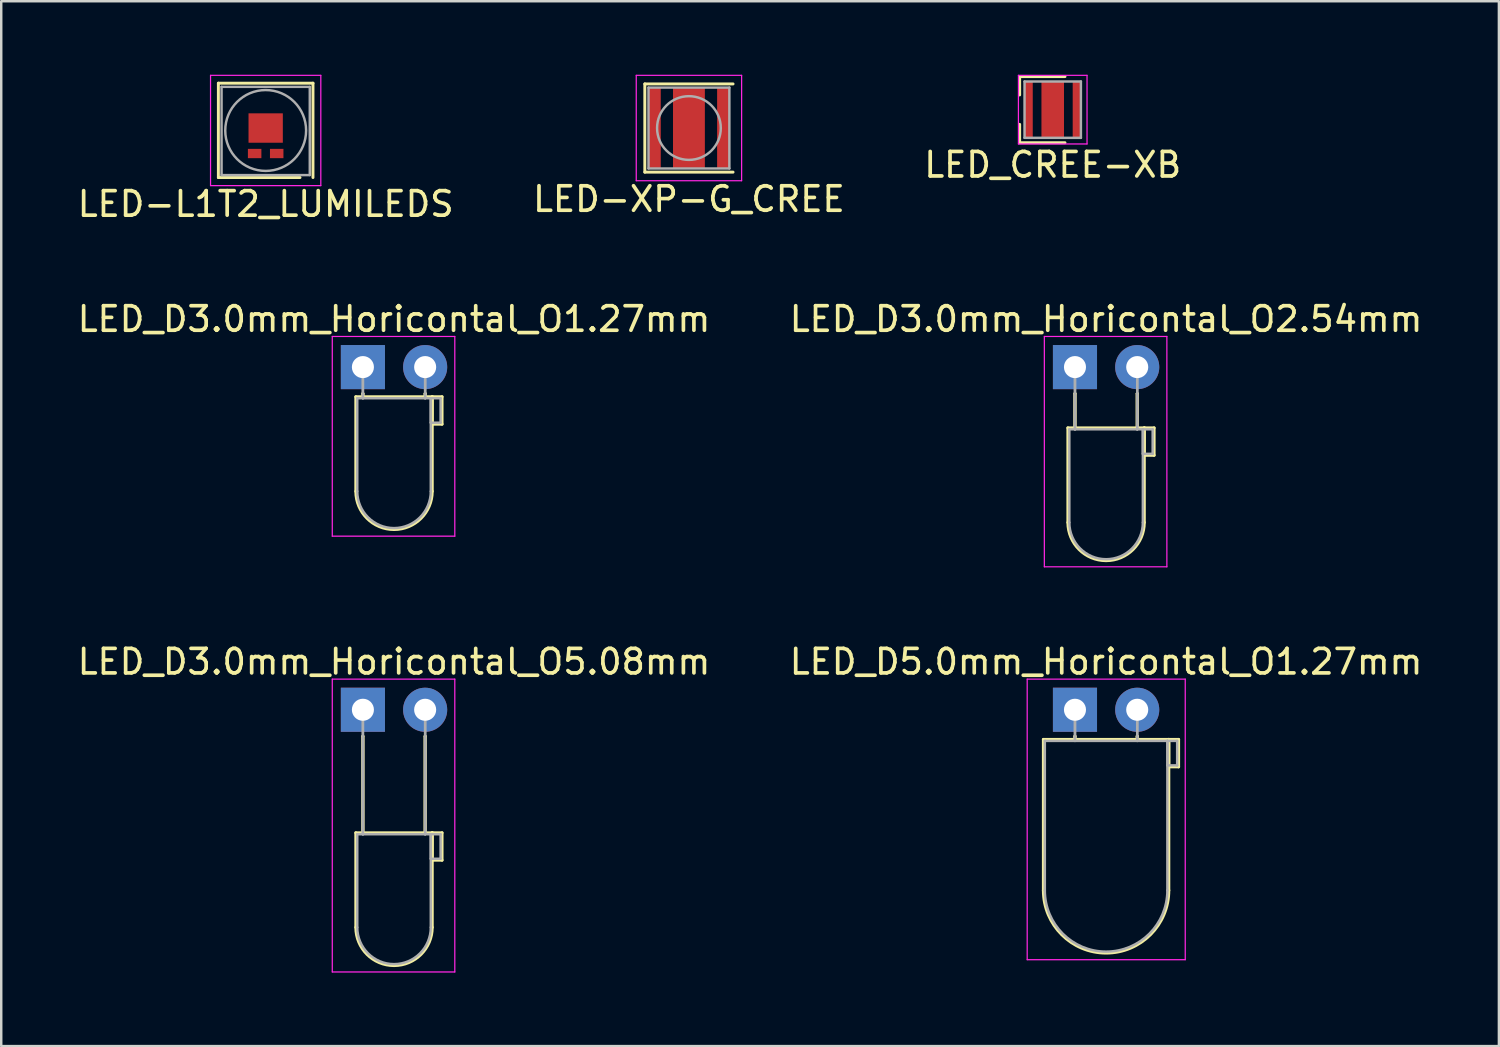
<source format=kicad_pcb>
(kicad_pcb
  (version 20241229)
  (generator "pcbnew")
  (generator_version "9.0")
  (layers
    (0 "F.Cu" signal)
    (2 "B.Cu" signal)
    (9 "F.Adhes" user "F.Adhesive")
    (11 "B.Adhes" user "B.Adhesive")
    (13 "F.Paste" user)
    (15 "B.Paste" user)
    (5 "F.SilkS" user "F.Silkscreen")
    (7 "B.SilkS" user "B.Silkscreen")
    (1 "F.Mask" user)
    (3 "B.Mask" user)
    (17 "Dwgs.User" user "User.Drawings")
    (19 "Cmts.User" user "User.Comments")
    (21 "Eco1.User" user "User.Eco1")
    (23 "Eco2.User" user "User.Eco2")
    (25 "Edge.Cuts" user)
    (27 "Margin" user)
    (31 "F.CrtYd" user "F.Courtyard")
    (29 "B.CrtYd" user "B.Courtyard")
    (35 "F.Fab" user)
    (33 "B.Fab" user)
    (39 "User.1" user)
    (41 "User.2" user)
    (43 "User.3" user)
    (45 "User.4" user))
  (footprint "LED_D5.0mm_Horicontal_O1.27mm"
    (layer "F.Cu")
    (at 40.819 25.915)
    (property "Reference" "LED_D5.0mm_Horicontal_O1.27mm" (at 1.27 -1.96 0) (layer "F.SilkS") (effects (font (size 1 1) (thickness 0.15))))
    (attr through_hole)
    (fp_line (start -1.29 1.21) (end -1.29 7.37) (stroke (width 0.12) (type solid)) (layer "F.SilkS"))
    (fp_line (start -1.29 1.21) (end 3.83 1.21) (stroke (width 0.12) (type solid)) (layer "F.SilkS"))
    (fp_line (start 0 1.08) (end 0 1.08) (stroke (width 0.12) (type solid)) (layer "F.SilkS"))
    (fp_line (start 0 1.08) (end 0 1.21) (stroke (width 0.12) (type solid)) (layer "F.SilkS"))
    (fp_line (start 0 1.21) (end 0 1.08) (stroke (width 0.12) (type solid)) (layer "F.SilkS"))
    (fp_line (start 0 1.21) (end 0 1.21) (stroke (width 0.12) (type solid)) (layer "F.SilkS"))
    (fp_line (start 2.54 1.08) (end 2.54 1.08) (stroke (width 0.12) (type solid)) (layer "F.SilkS"))
    (fp_line (start 2.54 1.08) (end 2.54 1.21) (stroke (width 0.12) (type solid)) (layer "F.SilkS"))
    (fp_line (start 2.54 1.21) (end 2.54 1.08) (stroke (width 0.12) (type solid)) (layer "F.SilkS"))
    (fp_line (start 2.54 1.21) (end 2.54 1.21) (stroke (width 0.12) (type solid)) (layer "F.SilkS"))
    (fp_line (start 3.83 1.21) (end 3.83 7.37) (stroke (width 0.12) (type solid)) (layer "F.SilkS"))
    (fp_line (start 3.83 1.21) (end 4.23 1.21) (stroke (width 0.12) (type solid)) (layer "F.SilkS"))
    (fp_line (start 3.83 2.33) (end 3.83 1.21) (stroke (width 0.12) (type solid)) (layer "F.SilkS"))
    (fp_line (start 4.23 1.21) (end 4.23 2.33) (stroke (width 0.12) (type solid)) (layer "F.SilkS"))
    (fp_line (start 4.23 2.33) (end 3.83 2.33) (stroke (width 0.12) (type solid)) (layer "F.SilkS"))
    (fp_arc (start 3.83 7.37) (mid 1.27 9.93) (end -1.29 7.37) (stroke (width 0.12) (type solid)) (layer "F.SilkS"))
    (fp_line (start -1.95 -1.25) (end -1.95 10.2) (stroke (width 0.05) (type solid)) (layer "F.CrtYd"))
    (fp_line (start -1.95 10.2) (end 4.5 10.2) (stroke (width 0.05) (type solid)) (layer "F.CrtYd"))
    (fp_line (start 4.5 -1.25) (end -1.95 -1.25) (stroke (width 0.05) (type solid)) (layer "F.CrtYd"))
    (fp_line (start 4.5 10.2) (end 4.5 -1.25) (stroke (width 0.05) (type solid)) (layer "F.CrtYd"))
    (fp_line (start -1.23 1.27) (end -1.23 7.37) (stroke (width 0.1) (type solid)) (layer "F.Fab"))
    (fp_line (start -1.23 1.27) (end 3.77 1.27) (stroke (width 0.1) (type solid)) (layer "F.Fab"))
    (fp_line (start 0 0) (end 0 0) (stroke (width 0.1) (type solid)) (layer "F.Fab"))
    (fp_line (start 0 0) (end 0 1.27) (stroke (width 0.1) (type solid)) (layer "F.Fab"))
    (fp_line (start 0 1.27) (end 0 0) (stroke (width 0.1) (type solid)) (layer "F.Fab"))
    (fp_line (start 0 1.27) (end 0 1.27) (stroke (width 0.1) (type solid)) (layer "F.Fab"))
    (fp_line (start 2.54 0) (end 2.54 0) (stroke (width 0.1) (type solid)) (layer "F.Fab"))
    (fp_line (start 2.54 0) (end 2.54 1.27) (stroke (width 0.1) (type solid)) (layer "F.Fab"))
    (fp_line (start 2.54 1.27) (end 2.54 0) (stroke (width 0.1) (type solid)) (layer "F.Fab"))
    (fp_line (start 2.54 1.27) (end 2.54 1.27) (stroke (width 0.1) (type solid)) (layer "F.Fab"))
    (fp_line (start 3.77 1.27) (end 3.77 7.37) (stroke (width 0.1) (type solid)) (layer "F.Fab"))
    (fp_line (start 3.77 1.27) (end 4.17 1.27) (stroke (width 0.1) (type solid)) (layer "F.Fab"))
    (fp_line (start 3.77 2.27) (end 3.77 1.27) (stroke (width 0.1) (type solid)) (layer "F.Fab"))
    (fp_line (start 4.17 1.27) (end 4.17 2.27) (stroke (width 0.1) (type solid)) (layer "F.Fab"))
    (fp_line (start 4.17 2.27) (end 3.77 2.27) (stroke (width 0.1) (type solid)) (layer "F.Fab"))
    (fp_arc (start 3.77 7.37) (mid 1.27 9.87) (end -1.23 7.37) (stroke (width 0.1) (type solid)) (layer "F.Fab"))
    (pad "1" thru_hole rect (at 0 0) (size 1.8 1.8) (drill 0.9) (layers "*.Cu" "*.Mask"))
    (pad "2" thru_hole circle (at 2.54 0) (size 1.8 1.8) (drill 0.9) (layers "*.Cu" "*.Mask")))
  (footprint "LED_D3.0mm_Horicontal_O1.27mm"
    (layer "F.Cu")
    (at 11.76 11.931)
    (property "Reference" "LED_D3.0mm_Horicontal_O1.27mm" (at 1.27 -1.96 0) (layer "F.SilkS") (effects (font (size 1 1) (thickness 0.15))))
    (attr through_hole)
    (fp_line (start -0.29 1.21) (end -0.29 5.07) (stroke (width 0.12) (type solid)) (layer "F.SilkS"))
    (fp_line (start -0.29 1.21) (end 2.83 1.21) (stroke (width 0.12) (type solid)) (layer "F.SilkS"))
    (fp_line (start 0 1.08) (end 0 1.08) (stroke (width 0.12) (type solid)) (layer "F.SilkS"))
    (fp_line (start 0 1.08) (end 0 1.21) (stroke (width 0.12) (type solid)) (layer "F.SilkS"))
    (fp_line (start 0 1.21) (end 0 1.08) (stroke (width 0.12) (type solid)) (layer "F.SilkS"))
    (fp_line (start 0 1.21) (end 0 1.21) (stroke (width 0.12) (type solid)) (layer "F.SilkS"))
    (fp_line (start 2.54 1.08) (end 2.54 1.08) (stroke (width 0.12) (type solid)) (layer "F.SilkS"))
    (fp_line (start 2.54 1.08) (end 2.54 1.21) (stroke (width 0.12) (type solid)) (layer "F.SilkS"))
    (fp_line (start 2.54 1.21) (end 2.54 1.08) (stroke (width 0.12) (type solid)) (layer "F.SilkS"))
    (fp_line (start 2.54 1.21) (end 2.54 1.21) (stroke (width 0.12) (type solid)) (layer "F.SilkS"))
    (fp_line (start 2.83 1.21) (end 2.83 5.07) (stroke (width 0.12) (type solid)) (layer "F.SilkS"))
    (fp_line (start 2.83 1.21) (end 3.23 1.21) (stroke (width 0.12) (type solid)) (layer "F.SilkS"))
    (fp_line (start 2.83 2.33) (end 2.83 1.21) (stroke (width 0.12) (type solid)) (layer "F.SilkS"))
    (fp_line (start 3.23 1.21) (end 3.23 2.33) (stroke (width 0.12) (type solid)) (layer "F.SilkS"))
    (fp_line (start 3.23 2.33) (end 2.83 2.33) (stroke (width 0.12) (type solid)) (layer "F.SilkS"))
    (fp_arc (start 2.83 5.07) (mid 1.27 6.63) (end -0.29 5.07) (stroke (width 0.12) (type solid)) (layer "F.SilkS"))
    (fp_line (start -1.25 -1.25) (end -1.25 6.9) (stroke (width 0.05) (type solid)) (layer "F.CrtYd"))
    (fp_line (start -1.25 6.9) (end 3.75 6.9) (stroke (width 0.05) (type solid)) (layer "F.CrtYd"))
    (fp_line (start 3.75 -1.25) (end -1.25 -1.25) (stroke (width 0.05) (type solid)) (layer "F.CrtYd"))
    (fp_line (start 3.75 6.9) (end 3.75 -1.25) (stroke (width 0.05) (type solid)) (layer "F.CrtYd"))
    (fp_line (start -0.23 1.27) (end -0.23 5.07) (stroke (width 0.1) (type solid)) (layer "F.Fab"))
    (fp_line (start -0.23 1.27) (end 2.77 1.27) (stroke (width 0.1) (type solid)) (layer "F.Fab"))
    (fp_line (start 0 0) (end 0 0) (stroke (width 0.1) (type solid)) (layer "F.Fab"))
    (fp_line (start 0 0) (end 0 1.27) (stroke (width 0.1) (type solid)) (layer "F.Fab"))
    (fp_line (start 0 1.27) (end 0 0) (stroke (width 0.1) (type solid)) (layer "F.Fab"))
    (fp_line (start 0 1.27) (end 0 1.27) (stroke (width 0.1) (type solid)) (layer "F.Fab"))
    (fp_line (start 2.54 0) (end 2.54 0) (stroke (width 0.1) (type solid)) (layer "F.Fab"))
    (fp_line (start 2.54 0) (end 2.54 1.27) (stroke (width 0.1) (type solid)) (layer "F.Fab"))
    (fp_line (start 2.54 1.27) (end 2.54 0) (stroke (width 0.1) (type solid)) (layer "F.Fab"))
    (fp_line (start 2.54 1.27) (end 2.54 1.27) (stroke (width 0.1) (type solid)) (layer "F.Fab"))
    (fp_line (start 2.77 1.27) (end 2.77 5.07) (stroke (width 0.1) (type solid)) (layer "F.Fab"))
    (fp_line (start 2.77 1.27) (end 3.17 1.27) (stroke (width 0.1) (type solid)) (layer "F.Fab"))
    (fp_line (start 2.77 2.27) (end 2.77 1.27) (stroke (width 0.1) (type solid)) (layer "F.Fab"))
    (fp_line (start 3.17 1.27) (end 3.17 2.27) (stroke (width 0.1) (type solid)) (layer "F.Fab"))
    (fp_line (start 3.17 2.27) (end 2.77 2.27) (stroke (width 0.1) (type solid)) (layer "F.Fab"))
    (fp_arc (start 2.77 5.07) (mid 1.27 6.57) (end -0.23 5.07) (stroke (width 0.1) (type solid)) (layer "F.Fab"))
    (pad "1" thru_hole rect (at 0 0) (size 1.8 1.8) (drill 0.9) (layers "*.Cu" "*.Mask"))
    (pad "2" thru_hole circle (at 2.54 0) (size 1.8 1.8) (drill 0.9) (layers "*.Cu" "*.Mask")))
  (footprint "LED_CREE-XB"
    (layer "F.Cu")
    (at 39.911 1.425)
    (property "Reference" "LED_CREE-XB" (at 0 2.25 0) (layer "F.SilkS") (effects (font (size 1 1) (thickness 0.15))))
    (attr smd)
    (fp_line (start -1.35 -1.35) (end -1.35 -0.6) (stroke (width 0.12) (type solid)) (layer "F.SilkS"))
    (fp_line (start -1.35 1.35) (end -1.35 0.6) (stroke (width 0.12) (type solid)) (layer "F.SilkS"))
    (fp_line (start 0.5 -1.35) (end -1.35 -1.35) (stroke (width 0.12) (type solid)) (layer "F.SilkS"))
    (fp_line (start 0.5 1.35) (end -1.35 1.35) (stroke (width 0.12) (type solid)) (layer "F.SilkS"))
    (fp_line (start -1.4 -1.4) (end 1.4 -1.4) (stroke (width 0.05) (type solid)) (layer "F.CrtYd"))
    (fp_line (start -1.4 1.4) (end -1.4 -1.4) (stroke (width 0.05) (type solid)) (layer "F.CrtYd"))
    (fp_line (start 1.4 -1.4) (end 1.4 1.4) (stroke (width 0.05) (type solid)) (layer "F.CrtYd"))
    (fp_line (start 1.4 1.4) (end -1.4 1.4) (stroke (width 0.05) (type solid)) (layer "F.CrtYd"))
    (fp_line (start -1.15 -1.15) (end 1.15 -1.15) (stroke (width 0.1) (type solid)) (layer "F.Fab"))
    (fp_line (start -1.15 1.15) (end -1.15 -1.15) (stroke (width 0.1) (type solid)) (layer "F.Fab"))
    (fp_line (start 1.15 -1.15) (end 1.15 1.15) (stroke (width 0.1) (type solid)) (layer "F.Fab"))
    (fp_line (start 1.15 1.15) (end -1.15 1.15) (stroke (width 0.1) (type solid)) (layer "F.Fab"))
    (pad "1" smd rect (at -0.98 0) (size 0.33 2.29) (layers "F.Cu" "F.Mask" "F.Paste"))
    (pad "2" smd rect (at 0.98 0) (size 0.33 2.29) (layers "F.Cu" "F.Mask" "F.Paste"))
    (pad "3" smd rect (at 0 -0.55) (size 0.85 0.85) (layers "F.Cu" "F.Mask" "F.Paste"))
    (pad "3" smd rect (at 0 0) (size 0.92 2.29) (layers "F.Cu" "F.Mask"))
    (pad "3" smd rect (at 0 0.55) (size 0.85 0.85) (layers "F.Cu" "F.Mask" "F.Paste")))
  (footprint "LED-L1T2_LUMILEDS"
    (layer "F.Cu")
    (at 7.792 2.695)
    (property "Reference" "LED-L1T2_LUMILEDS" (at 0 2.58 0) (layer "F.SilkS") (effects (font (size 1 1) (thickness 0.15))))
    (attr smd)
    (fp_line (start -1.93 -2.35) (end 1.93 -2.35) (stroke (width 0.12) (type solid)) (layer "F.SilkS"))
    (fp_line (start -1.93 1.5) (end -1.93 -2.35) (stroke (width 0.12) (type solid)) (layer "F.SilkS"))
    (fp_line (start 1.4 1.5) (end -1.93 1.5) (stroke (width 0.12) (type solid)) (layer "F.SilkS"))
    (fp_line (start 1.93 -2.35) (end 1.93 1.5) (stroke (width 0.12) (type solid)) (layer "F.SilkS"))
    (fp_line (start -2.25 -2.67) (end 2.25 -2.67) (stroke (width 0.05) (type solid)) (layer "F.CrtYd"))
    (fp_line (start -2.25 1.83) (end -2.25 -2.67) (stroke (width 0.05) (type solid)) (layer "F.CrtYd"))
    (fp_line (start 2.25 -2.67) (end 2.25 1.83) (stroke (width 0.05) (type solid)) (layer "F.CrtYd"))
    (fp_line (start 2.25 1.83) (end -2.25 1.83) (stroke (width 0.05) (type solid)) (layer "F.CrtYd"))
    (fp_line (start -1.8 -2.2) (end -1.8 1.4) (stroke (width 0.1) (type solid)) (layer "F.Fab"))
    (fp_line (start -1.8 -2.2) (end 1.8 -2.2) (stroke (width 0.1) (type solid)) (layer "F.Fab"))
    (fp_line (start -1.8 1.4) (end 1.8 1.4) (stroke (width 0.1) (type solid)) (layer "F.Fab"))
    (fp_line (start 1.8 1.4) (end 1.8 -2.2) (stroke (width 0.1) (type solid)) (layer "F.Fab"))
    (fp_circle (center 0 -0.42) (end 0 -2.07) (stroke (width 0.1) (type solid)) (fill no) (layer "F.Fab"))
    (pad "1" smd rect (at 0.45 0.52) (size 0.55 0.38) (layers "F.Cu" "F.Mask" "F.Paste"))
    (pad "2" smd rect (at -0.45 0.52) (size 0.55 0.38) (layers "F.Cu" "F.Mask" "F.Paste"))
    (pad "3" smd rect (at 0 -0.52) (size 1.4 1.2) (layers "F.Cu" "F.Mask" "F.Paste")))
  (footprint "LED_D3.0mm_Horicontal_O2.54mm"
    (layer "F.Cu")
    (at 40.819 11.931)
    (property "Reference" "LED_D3.0mm_Horicontal_O2.54mm" (at 1.27 -1.96 0) (layer "F.SilkS") (effects (font (size 1 1) (thickness 0.15))))
    (attr through_hole)
    (fp_line (start -0.29 2.48) (end -0.29 6.34) (stroke (width 0.12) (type solid)) (layer "F.SilkS"))
    (fp_line (start -0.29 2.48) (end 2.83 2.48) (stroke (width 0.12) (type solid)) (layer "F.SilkS"))
    (fp_line (start 0 1.08) (end 0 1.08) (stroke (width 0.12) (type solid)) (layer "F.SilkS"))
    (fp_line (start 0 1.08) (end 0 2.48) (stroke (width 0.12) (type solid)) (layer "F.SilkS"))
    (fp_line (start 0 2.48) (end 0 1.08) (stroke (width 0.12) (type solid)) (layer "F.SilkS"))
    (fp_line (start 0 2.48) (end 0 2.48) (stroke (width 0.12) (type solid)) (layer "F.SilkS"))
    (fp_line (start 2.54 1.08) (end 2.54 1.08) (stroke (width 0.12) (type solid)) (layer "F.SilkS"))
    (fp_line (start 2.54 1.08) (end 2.54 2.48) (stroke (width 0.12) (type solid)) (layer "F.SilkS"))
    (fp_line (start 2.54 2.48) (end 2.54 1.08) (stroke (width 0.12) (type solid)) (layer "F.SilkS"))
    (fp_line (start 2.54 2.48) (end 2.54 2.48) (stroke (width 0.12) (type solid)) (layer "F.SilkS"))
    (fp_line (start 2.83 2.48) (end 2.83 6.34) (stroke (width 0.12) (type solid)) (layer "F.SilkS"))
    (fp_line (start 2.83 2.48) (end 3.23 2.48) (stroke (width 0.12) (type solid)) (layer "F.SilkS"))
    (fp_line (start 2.83 3.6) (end 2.83 2.48) (stroke (width 0.12) (type solid)) (layer "F.SilkS"))
    (fp_line (start 3.23 2.48) (end 3.23 3.6) (stroke (width 0.12) (type solid)) (layer "F.SilkS"))
    (fp_line (start 3.23 3.6) (end 2.83 3.6) (stroke (width 0.12) (type solid)) (layer "F.SilkS"))
    (fp_arc (start 2.83 6.34) (mid 1.27 7.9) (end -0.29 6.34) (stroke (width 0.12) (type solid)) (layer "F.SilkS"))
    (fp_line (start -1.25 -1.25) (end -1.25 8.15) (stroke (width 0.05) (type solid)) (layer "F.CrtYd"))
    (fp_line (start -1.25 8.15) (end 3.75 8.15) (stroke (width 0.05) (type solid)) (layer "F.CrtYd"))
    (fp_line (start 3.75 -1.25) (end -1.25 -1.25) (stroke (width 0.05) (type solid)) (layer "F.CrtYd"))
    (fp_line (start 3.75 8.15) (end 3.75 -1.25) (stroke (width 0.05) (type solid)) (layer "F.CrtYd"))
    (fp_line (start -0.23 2.54) (end -0.23 6.34) (stroke (width 0.1) (type solid)) (layer "F.Fab"))
    (fp_line (start -0.23 2.54) (end 2.77 2.54) (stroke (width 0.1) (type solid)) (layer "F.Fab"))
    (fp_line (start 0 0) (end 0 0) (stroke (width 0.1) (type solid)) (layer "F.Fab"))
    (fp_line (start 0 0) (end 0 2.54) (stroke (width 0.1) (type solid)) (layer "F.Fab"))
    (fp_line (start 0 2.54) (end 0 0) (stroke (width 0.1) (type solid)) (layer "F.Fab"))
    (fp_line (start 0 2.54) (end 0 2.54) (stroke (width 0.1) (type solid)) (layer "F.Fab"))
    (fp_line (start 2.54 0) (end 2.54 0) (stroke (width 0.1) (type solid)) (layer "F.Fab"))
    (fp_line (start 2.54 0) (end 2.54 2.54) (stroke (width 0.1) (type solid)) (layer "F.Fab"))
    (fp_line (start 2.54 2.54) (end 2.54 0) (stroke (width 0.1) (type solid)) (layer "F.Fab"))
    (fp_line (start 2.54 2.54) (end 2.54 2.54) (stroke (width 0.1) (type solid)) (layer "F.Fab"))
    (fp_line (start 2.77 2.54) (end 2.77 6.34) (stroke (width 0.1) (type solid)) (layer "F.Fab"))
    (fp_line (start 2.77 2.54) (end 3.17 2.54) (stroke (width 0.1) (type solid)) (layer "F.Fab"))
    (fp_line (start 2.77 3.54) (end 2.77 2.54) (stroke (width 0.1) (type solid)) (layer "F.Fab"))
    (fp_line (start 3.17 2.54) (end 3.17 3.54) (stroke (width 0.1) (type solid)) (layer "F.Fab"))
    (fp_line (start 3.17 3.54) (end 2.77 3.54) (stroke (width 0.1) (type solid)) (layer "F.Fab"))
    (fp_arc (start 2.77 6.34) (mid 1.27 7.84) (end -0.23 6.34) (stroke (width 0.1) (type solid)) (layer "F.Fab"))
    (pad "1" thru_hole rect (at 0 0) (size 1.8 1.8) (drill 0.9) (layers "*.Cu" "*.Mask"))
    (pad "2" thru_hole circle (at 2.54 0) (size 1.8 1.8) (drill 0.9) (layers "*.Cu" "*.Mask")))
  (footprint "LED_D3.0mm_Horicontal_O5.08mm"
    (layer "F.Cu")
    (at 11.76 25.915)
    (property "Reference" "LED_D3.0mm_Horicontal_O5.08mm" (at 1.27 -1.96 0) (layer "F.SilkS") (effects (font (size 1 1) (thickness 0.15))))
    (attr through_hole)
    (fp_line (start -0.29 5.02) (end -0.29 8.88) (stroke (width 0.12) (type solid)) (layer "F.SilkS"))
    (fp_line (start -0.29 5.02) (end 2.83 5.02) (stroke (width 0.12) (type solid)) (layer "F.SilkS"))
    (fp_line (start 0 1.08) (end 0 1.08) (stroke (width 0.12) (type solid)) (layer "F.SilkS"))
    (fp_line (start 0 1.08) (end 0 5.02) (stroke (width 0.12) (type solid)) (layer "F.SilkS"))
    (fp_line (start 0 5.02) (end 0 1.08) (stroke (width 0.12) (type solid)) (layer "F.SilkS"))
    (fp_line (start 0 5.02) (end 0 5.02) (stroke (width 0.12) (type solid)) (layer "F.SilkS"))
    (fp_line (start 2.54 1.08) (end 2.54 1.08) (stroke (width 0.12) (type solid)) (layer "F.SilkS"))
    (fp_line (start 2.54 1.08) (end 2.54 5.02) (stroke (width 0.12) (type solid)) (layer "F.SilkS"))
    (fp_line (start 2.54 5.02) (end 2.54 1.08) (stroke (width 0.12) (type solid)) (layer "F.SilkS"))
    (fp_line (start 2.54 5.02) (end 2.54 5.02) (stroke (width 0.12) (type solid)) (layer "F.SilkS"))
    (fp_line (start 2.83 5.02) (end 2.83 8.88) (stroke (width 0.12) (type solid)) (layer "F.SilkS"))
    (fp_line (start 2.83 5.02) (end 3.23 5.02) (stroke (width 0.12) (type solid)) (layer "F.SilkS"))
    (fp_line (start 2.83 6.14) (end 2.83 5.02) (stroke (width 0.12) (type solid)) (layer "F.SilkS"))
    (fp_line (start 3.23 5.02) (end 3.23 6.14) (stroke (width 0.12) (type solid)) (layer "F.SilkS"))
    (fp_line (start 3.23 6.14) (end 2.83 6.14) (stroke (width 0.12) (type solid)) (layer "F.SilkS"))
    (fp_arc (start 2.83 8.88) (mid 1.27 10.44) (end -0.29 8.88) (stroke (width 0.12) (type solid)) (layer "F.SilkS"))
    (fp_line (start -1.25 -1.25) (end -1.25 10.7) (stroke (width 0.05) (type solid)) (layer "F.CrtYd"))
    (fp_line (start -1.25 10.7) (end 3.75 10.7) (stroke (width 0.05) (type solid)) (layer "F.CrtYd"))
    (fp_line (start 3.75 -1.25) (end -1.25 -1.25) (stroke (width 0.05) (type solid)) (layer "F.CrtYd"))
    (fp_line (start 3.75 10.7) (end 3.75 -1.25) (stroke (width 0.05) (type solid)) (layer "F.CrtYd"))
    (fp_line (start -0.23 5.08) (end -0.23 8.88) (stroke (width 0.1) (type solid)) (layer "F.Fab"))
    (fp_line (start -0.23 5.08) (end 2.77 5.08) (stroke (width 0.1) (type solid)) (layer "F.Fab"))
    (fp_line (start 0 0) (end 0 0) (stroke (width 0.1) (type solid)) (layer "F.Fab"))
    (fp_line (start 0 0) (end 0 5.08) (stroke (width 0.1) (type solid)) (layer "F.Fab"))
    (fp_line (start 0 5.08) (end 0 0) (stroke (width 0.1) (type solid)) (layer "F.Fab"))
    (fp_line (start 0 5.08) (end 0 5.08) (stroke (width 0.1) (type solid)) (layer "F.Fab"))
    (fp_line (start 2.54 0) (end 2.54 0) (stroke (width 0.1) (type solid)) (layer "F.Fab"))
    (fp_line (start 2.54 0) (end 2.54 5.08) (stroke (width 0.1) (type solid)) (layer "F.Fab"))
    (fp_line (start 2.54 5.08) (end 2.54 0) (stroke (width 0.1) (type solid)) (layer "F.Fab"))
    (fp_line (start 2.54 5.08) (end 2.54 5.08) (stroke (width 0.1) (type solid)) (layer "F.Fab"))
    (fp_line (start 2.77 5.08) (end 2.77 8.88) (stroke (width 0.1) (type solid)) (layer "F.Fab"))
    (fp_line (start 2.77 5.08) (end 3.17 5.08) (stroke (width 0.1) (type solid)) (layer "F.Fab"))
    (fp_line (start 2.77 6.08) (end 2.77 5.08) (stroke (width 0.1) (type solid)) (layer "F.Fab"))
    (fp_line (start 3.17 5.08) (end 3.17 6.08) (stroke (width 0.1) (type solid)) (layer "F.Fab"))
    (fp_line (start 3.17 6.08) (end 2.77 6.08) (stroke (width 0.1) (type solid)) (layer "F.Fab"))
    (fp_arc (start 2.77 8.88) (mid 1.27 10.38) (end -0.23 8.88) (stroke (width 0.1) (type solid)) (layer "F.Fab"))
    (pad "1" thru_hole rect (at 0 0) (size 1.8 1.8) (drill 0.9) (layers "*.Cu" "*.Mask"))
    (pad "2" thru_hole circle (at 2.54 0) (size 1.8 1.8) (drill 0.9) (layers "*.Cu" "*.Mask")))
  (footprint "LED-XP-G_CREE"
    (layer "F.Cu")
    (at 25.065 2.175)
    (property "Reference" "LED-XP-G_CREE" (at 0 2.9 0) (layer "F.SilkS") (effects (font (size 1 1) (thickness 0.15))))
    (attr smd)
    (fp_line (start -1.8 -1.8) (end 1.8 -1.8) (stroke (width 0.12) (type solid)) (layer "F.SilkS"))
    (fp_line (start -1.8 1.8) (end -1.8 -1.8) (stroke (width 0.12) (type solid)) (layer "F.SilkS"))
    (fp_line (start 1.8 1.8) (end -1.8 1.8) (stroke (width 0.12) (type solid)) (layer "F.SilkS"))
    (fp_line (start -2.15 -2.15) (end 2.15 -2.15) (stroke (width 0.05) (type solid)) (layer "F.CrtYd"))
    (fp_line (start -2.15 2.15) (end -2.15 -2.15) (stroke (width 0.05) (type solid)) (layer "F.CrtYd"))
    (fp_line (start 2.15 -2.15) (end 2.15 2.15) (stroke (width 0.05) (type solid)) (layer "F.CrtYd"))
    (fp_line (start 2.15 2.15) (end -2.15 2.15) (stroke (width 0.05) (type solid)) (layer "F.CrtYd"))
    (fp_line (start -1.65 -1.65) (end 1.65 -1.65) (stroke (width 0.1) (type solid)) (layer "F.Fab"))
    (fp_line (start -1.65 1.65) (end -1.65 -1.65) (stroke (width 0.1) (type solid)) (layer "F.Fab"))
    (fp_line (start 1.65 -1.65) (end 1.65 1.65) (stroke (width 0.1) (type solid)) (layer "F.Fab"))
    (fp_line (start 1.65 1.65) (end -1.65 1.65) (stroke (width 0.1) (type solid)) (layer "F.Fab"))
    (fp_circle (center 0 0) (end 0 1.3) (stroke (width 0.1) (type solid)) (fill no) (layer "F.Fab"))
    (pad "1" smd rect (at -1.4 0) (size 0.5 3.3) (layers "F.Cu" "F.Mask" "F.Paste"))
    (pad "2" smd rect (at 1.4 0) (size 0.5 3.3) (layers "F.Cu" "F.Mask" "F.Paste"))
    (pad "3" smd rect (at 0 0) (size 1.3 3.3) (layers "F.Cu" "F.Mask" "F.Paste")))
  (gr_rect
    (start -3 -3)
    (end 58.119 39.64)
    (stroke (width 0.1) (type default))
    (fill no)
    (layer "Edge.Cuts")))
</source>
